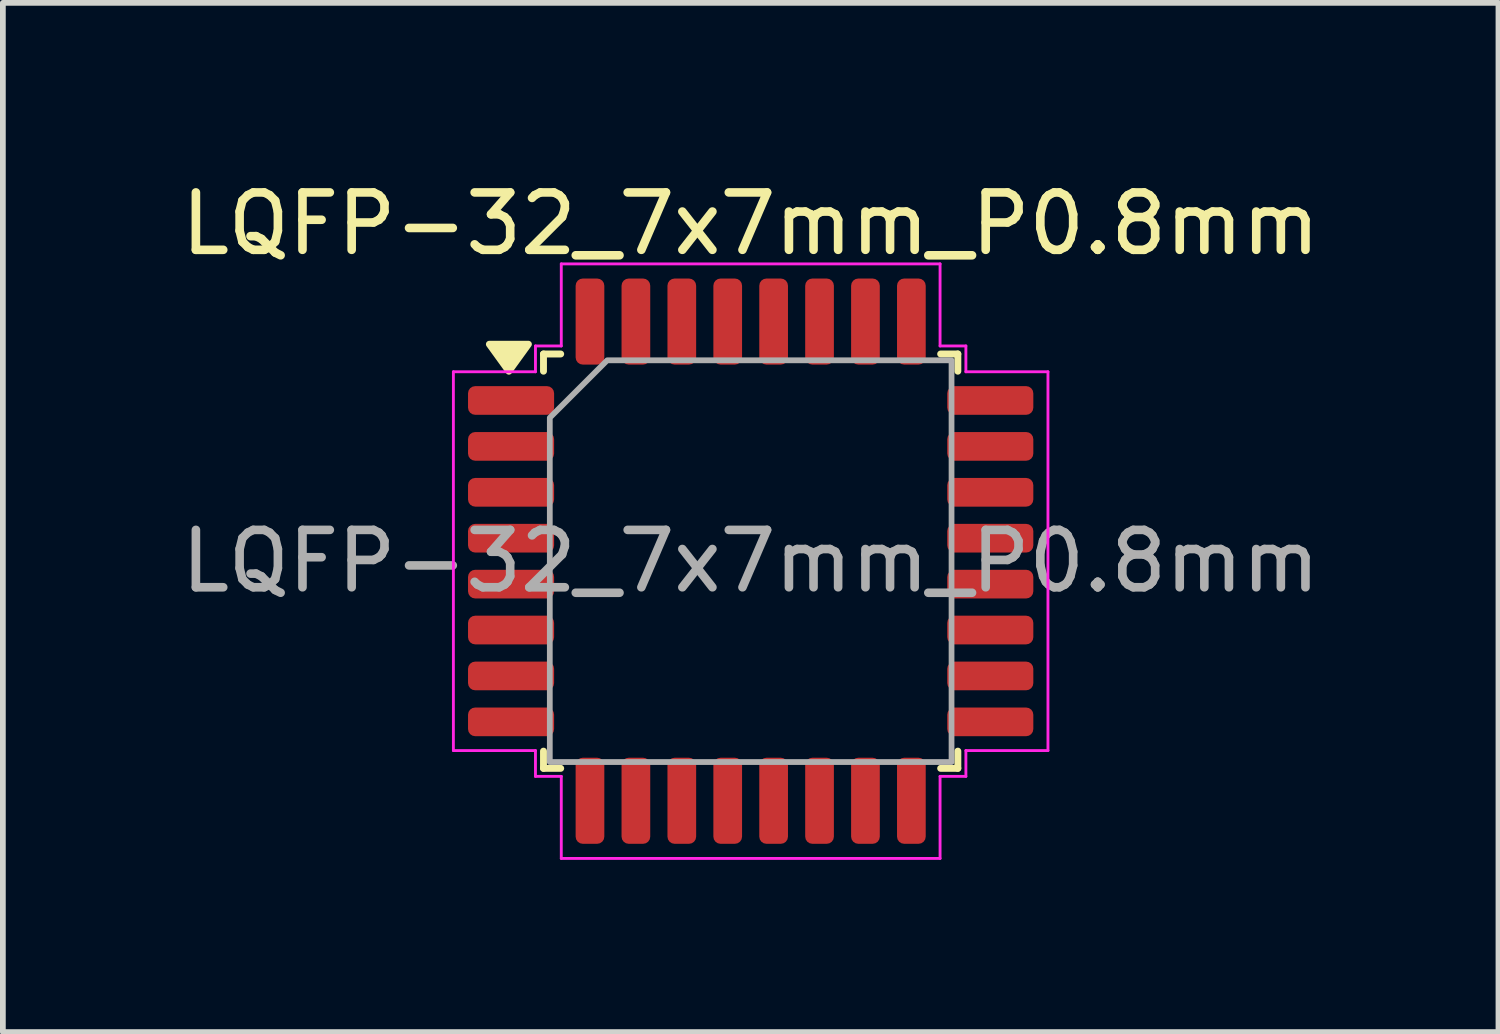
<source format=kicad_pcb>
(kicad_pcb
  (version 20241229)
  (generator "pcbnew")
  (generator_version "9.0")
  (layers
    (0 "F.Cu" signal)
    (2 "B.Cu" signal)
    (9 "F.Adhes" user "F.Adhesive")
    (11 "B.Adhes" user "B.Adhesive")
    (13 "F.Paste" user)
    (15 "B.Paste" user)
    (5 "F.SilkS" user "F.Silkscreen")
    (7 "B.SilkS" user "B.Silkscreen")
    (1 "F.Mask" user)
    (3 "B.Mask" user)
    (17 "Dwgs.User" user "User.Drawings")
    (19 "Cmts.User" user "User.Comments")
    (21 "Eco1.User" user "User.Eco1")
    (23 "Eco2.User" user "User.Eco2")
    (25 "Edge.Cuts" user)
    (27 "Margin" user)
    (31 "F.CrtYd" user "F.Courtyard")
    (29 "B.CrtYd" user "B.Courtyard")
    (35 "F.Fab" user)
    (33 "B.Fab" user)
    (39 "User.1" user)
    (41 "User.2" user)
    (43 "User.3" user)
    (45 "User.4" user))
  (footprint "LQFP-32_7x7mm_P0.8mm"
    (layer "F.Cu")
    (at 10.03 6.728)
    (property "Reference" "LQFP-32_7x7mm_P0.8mm" (at 0 -5.88 0) (layer "F.SilkS") (effects (font (size 1 1) (thickness 0.15))))
    (attr smd)
    (fp_line (start -3.61 -3.61) (end -3.61 -3.31) (stroke (width 0.12) (type solid)) (layer "F.SilkS"))
    (fp_line (start -3.61 3.61) (end -3.61 3.31) (stroke (width 0.12) (type solid)) (layer "F.SilkS"))
    (fp_line (start -3.31 -3.61) (end -3.61 -3.61) (stroke (width 0.12) (type solid)) (layer "F.SilkS"))
    (fp_line (start -3.31 3.61) (end -3.61 3.61) (stroke (width 0.12) (type solid)) (layer "F.SilkS"))
    (fp_line (start 3.31 -3.61) (end 3.61 -3.61) (stroke (width 0.12) (type solid)) (layer "F.SilkS"))
    (fp_line (start 3.31 3.61) (end 3.61 3.61) (stroke (width 0.12) (type solid)) (layer "F.SilkS"))
    (fp_line (start 3.61 -3.61) (end 3.61 -3.31) (stroke (width 0.12) (type solid)) (layer "F.SilkS"))
    (fp_line (start 3.61 3.61) (end 3.61 3.31) (stroke (width 0.12) (type solid)) (layer "F.SilkS"))
    (fp_poly (pts (xy -4.213 -3.31) (xy -4.553 -3.78) (xy -3.873 -3.78)) (stroke (width 0.12) (type solid)) (fill yes) (layer "F.SilkS"))
    (fp_line (start -5.18 -3.3) (end -3.75 -3.3) (stroke (width 0.05) (type solid)) (layer "F.CrtYd"))
    (fp_line (start -5.18 3.3) (end -5.18 -3.3) (stroke (width 0.05) (type solid)) (layer "F.CrtYd"))
    (fp_line (start -3.75 -3.75) (end -3.3 -3.75) (stroke (width 0.05) (type solid)) (layer "F.CrtYd"))
    (fp_line (start -3.75 -3.3) (end -3.75 -3.75) (stroke (width 0.05) (type solid)) (layer "F.CrtYd"))
    (fp_line (start -3.75 3.3) (end -5.18 3.3) (stroke (width 0.05) (type solid)) (layer "F.CrtYd"))
    (fp_line (start -3.75 3.75) (end -3.75 3.3) (stroke (width 0.05) (type solid)) (layer "F.CrtYd"))
    (fp_line (start -3.3 -5.18) (end 3.3 -5.18) (stroke (width 0.05) (type solid)) (layer "F.CrtYd"))
    (fp_line (start -3.3 -3.75) (end -3.3 -5.18) (stroke (width 0.05) (type solid)) (layer "F.CrtYd"))
    (fp_line (start -3.3 3.75) (end -3.75 3.75) (stroke (width 0.05) (type solid)) (layer "F.CrtYd"))
    (fp_line (start -3.3 5.18) (end -3.3 3.75) (stroke (width 0.05) (type solid)) (layer "F.CrtYd"))
    (fp_line (start 3.3 -5.18) (end 3.3 -3.75) (stroke (width 0.05) (type solid)) (layer "F.CrtYd"))
    (fp_line (start 3.3 -3.75) (end 3.75 -3.75) (stroke (width 0.05) (type solid)) (layer "F.CrtYd"))
    (fp_line (start 3.3 3.75) (end 3.3 5.18) (stroke (width 0.05) (type solid)) (layer "F.CrtYd"))
    (fp_line (start 3.3 5.18) (end -3.3 5.18) (stroke (width 0.05) (type solid)) (layer "F.CrtYd"))
    (fp_line (start 3.75 -3.75) (end 3.75 -3.3) (stroke (width 0.05) (type solid)) (layer "F.CrtYd"))
    (fp_line (start 3.75 -3.3) (end 5.18 -3.3) (stroke (width 0.05) (type solid)) (layer "F.CrtYd"))
    (fp_line (start 3.75 3.3) (end 3.75 3.75) (stroke (width 0.05) (type solid)) (layer "F.CrtYd"))
    (fp_line (start 3.75 3.75) (end 3.3 3.75) (stroke (width 0.05) (type solid)) (layer "F.CrtYd"))
    (fp_line (start 5.18 -3.3) (end 5.18 3.3) (stroke (width 0.05) (type solid)) (layer "F.CrtYd"))
    (fp_line (start 5.18 3.3) (end 3.75 3.3) (stroke (width 0.05) (type solid)) (layer "F.CrtYd"))
    (fp_poly (pts (xy -3.5 -2.5) (xy -3.5 3.5) (xy 3.5 3.5) (xy 3.5 -3.5) (xy -2.5 -3.5)) (stroke (width 0.1) (type solid)) (fill no) (layer "F.Fab"))
    (fp_text user "${REFERENCE}" (at 0 0 0) (layer "F.Fab") (effects (font (size 1 1) (thickness 0.15))))
    (pad "1" smd roundrect (at -4.175 -2.8) (size 1.5 0.5) (layers "F.Cu" "F.Mask" "F.Paste") (roundrect_rratio 0.25))
    (pad "2" smd roundrect (at -4.175 -2) (size 1.5 0.5) (layers "F.Cu" "F.Mask" "F.Paste") (roundrect_rratio 0.25))
    (pad "3" smd roundrect (at -4.175 -1.2) (size 1.5 0.5) (layers "F.Cu" "F.Mask" "F.Paste") (roundrect_rratio 0.25))
    (pad "4" smd roundrect (at -4.175 -0.4) (size 1.5 0.5) (layers "F.Cu" "F.Mask" "F.Paste") (roundrect_rratio 0.25))
    (pad "5" smd roundrect (at -4.175 0.4) (size 1.5 0.5) (layers "F.Cu" "F.Mask" "F.Paste") (roundrect_rratio 0.25))
    (pad "6" smd roundrect (at -4.175 1.2) (size 1.5 0.5) (layers "F.Cu" "F.Mask" "F.Paste") (roundrect_rratio 0.25))
    (pad "7" smd roundrect (at -4.175 2) (size 1.5 0.5) (layers "F.Cu" "F.Mask" "F.Paste") (roundrect_rratio 0.25))
    (pad "8" smd roundrect (at -4.175 2.8) (size 1.5 0.5) (layers "F.Cu" "F.Mask" "F.Paste") (roundrect_rratio 0.25))
    (pad "9" smd roundrect (at -2.8 4.175) (size 0.5 1.5) (layers "F.Cu" "F.Mask" "F.Paste") (roundrect_rratio 0.25))
    (pad "10" smd roundrect (at -2 4.175) (size 0.5 1.5) (layers "F.Cu" "F.Mask" "F.Paste") (roundrect_rratio 0.25))
    (pad "11" smd roundrect (at -1.2 4.175) (size 0.5 1.5) (layers "F.Cu" "F.Mask" "F.Paste") (roundrect_rratio 0.25))
    (pad "12" smd roundrect (at -0.4 4.175) (size 0.5 1.5) (layers "F.Cu" "F.Mask" "F.Paste") (roundrect_rratio 0.25))
    (pad "13" smd roundrect (at 0.4 4.175) (size 0.5 1.5) (layers "F.Cu" "F.Mask" "F.Paste") (roundrect_rratio 0.25))
    (pad "14" smd roundrect (at 1.2 4.175) (size 0.5 1.5) (layers "F.Cu" "F.Mask" "F.Paste") (roundrect_rratio 0.25))
    (pad "15" smd roundrect (at 2 4.175) (size 0.5 1.5) (layers "F.Cu" "F.Mask" "F.Paste") (roundrect_rratio 0.25))
    (pad "16" smd roundrect (at 2.8 4.175) (size 0.5 1.5) (layers "F.Cu" "F.Mask" "F.Paste") (roundrect_rratio 0.25))
    (pad "17" smd roundrect (at 4.175 2.8) (size 1.5 0.5) (layers "F.Cu" "F.Mask" "F.Paste") (roundrect_rratio 0.25))
    (pad "18" smd roundrect (at 4.175 2) (size 1.5 0.5) (layers "F.Cu" "F.Mask" "F.Paste") (roundrect_rratio 0.25))
    (pad "19" smd roundrect (at 4.175 1.2) (size 1.5 0.5) (layers "F.Cu" "F.Mask" "F.Paste") (roundrect_rratio 0.25))
    (pad "20" smd roundrect (at 4.175 0.4) (size 1.5 0.5) (layers "F.Cu" "F.Mask" "F.Paste") (roundrect_rratio 0.25))
    (pad "21" smd roundrect (at 4.175 -0.4) (size 1.5 0.5) (layers "F.Cu" "F.Mask" "F.Paste") (roundrect_rratio 0.25))
    (pad "22" smd roundrect (at 4.175 -1.2) (size 1.5 0.5) (layers "F.Cu" "F.Mask" "F.Paste") (roundrect_rratio 0.25))
    (pad "23" smd roundrect (at 4.175 -2) (size 1.5 0.5) (layers "F.Cu" "F.Mask" "F.Paste") (roundrect_rratio 0.25))
    (pad "24" smd roundrect (at 4.175 -2.8) (size 1.5 0.5) (layers "F.Cu" "F.Mask" "F.Paste") (roundrect_rratio 0.25))
    (pad "25" smd roundrect (at 2.8 -4.175) (size 0.5 1.5) (layers "F.Cu" "F.Mask" "F.Paste") (roundrect_rratio 0.25))
    (pad "26" smd roundrect (at 2 -4.175) (size 0.5 1.5) (layers "F.Cu" "F.Mask" "F.Paste") (roundrect_rratio 0.25))
    (pad "27" smd roundrect (at 1.2 -4.175) (size 0.5 1.5) (layers "F.Cu" "F.Mask" "F.Paste") (roundrect_rratio 0.25))
    (pad "28" smd roundrect (at 0.4 -4.175) (size 0.5 1.5) (layers "F.Cu" "F.Mask" "F.Paste") (roundrect_rratio 0.25))
    (pad "29" smd roundrect (at -0.4 -4.175) (size 0.5 1.5) (layers "F.Cu" "F.Mask" "F.Paste") (roundrect_rratio 0.25))
    (pad "30" smd roundrect (at -1.2 -4.175) (size 0.5 1.5) (layers "F.Cu" "F.Mask" "F.Paste") (roundrect_rratio 0.25))
    (pad "31" smd roundrect (at -2 -4.175) (size 0.5 1.5) (layers "F.Cu" "F.Mask" "F.Paste") (roundrect_rratio 0.25))
    (pad "32" smd roundrect (at -2.8 -4.175) (size 0.5 1.5) (layers "F.Cu" "F.Mask" "F.Paste") (roundrect_rratio 0.25)))
  (gr_rect
    (start -3 -3)
    (end 23.06 14.933)
    (stroke (width 0.1) (type default))
    (fill no)
    (layer "Edge.Cuts")))
</source>
